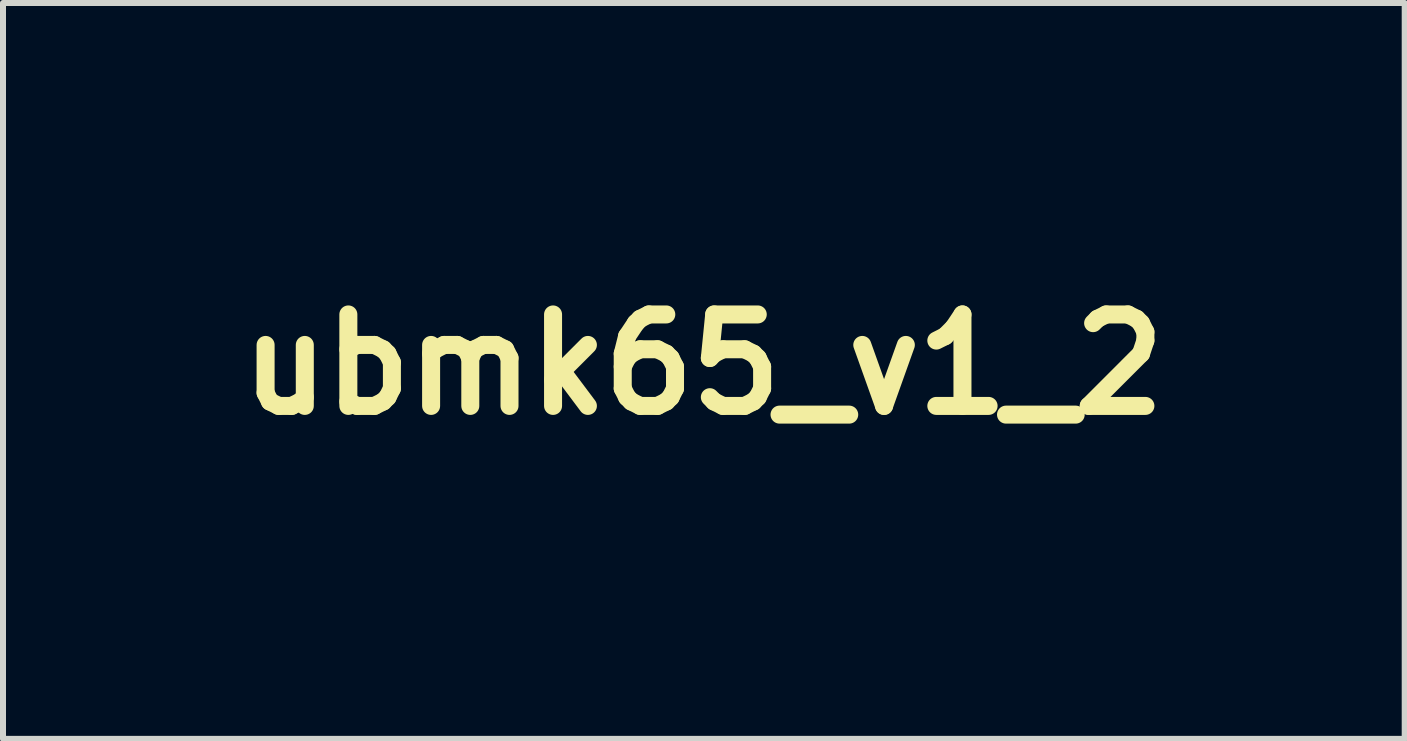
<source format=kicad_pcb>
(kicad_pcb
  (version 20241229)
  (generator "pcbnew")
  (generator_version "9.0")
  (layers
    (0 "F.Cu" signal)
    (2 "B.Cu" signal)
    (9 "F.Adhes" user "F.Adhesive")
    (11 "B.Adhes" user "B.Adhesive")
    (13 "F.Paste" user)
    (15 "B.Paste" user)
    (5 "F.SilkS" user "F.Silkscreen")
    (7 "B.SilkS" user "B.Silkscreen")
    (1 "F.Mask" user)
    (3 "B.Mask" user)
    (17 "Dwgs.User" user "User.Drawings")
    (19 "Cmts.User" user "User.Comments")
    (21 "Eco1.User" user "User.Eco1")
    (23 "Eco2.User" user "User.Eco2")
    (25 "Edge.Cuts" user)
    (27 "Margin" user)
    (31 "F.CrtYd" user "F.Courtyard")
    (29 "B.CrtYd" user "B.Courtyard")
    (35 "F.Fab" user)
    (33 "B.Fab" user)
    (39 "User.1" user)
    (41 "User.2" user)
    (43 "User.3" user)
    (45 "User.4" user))
  (footprint "ubmk65_v1_2"
    (layer "F.Cu")
    (at 8.669 3.024)
    (property "Reference" "ubmk65_v1_2" (at 0 0 0) (layer "F.SilkS") (effects (font (size 1.524 1.524) (thickness 0.3))))
    (attr through_hole)
    (fp_poly (pts (xy -7.147 1.945) (xy -6.959 1.945) (xy -6.959 2.226) (xy -7.662 2.226) (xy -7.662 1.945) (xy -7.45 1.945) (xy -7.456 1.67) (xy -7.463 1.394) (xy -7.551 1.387) (xy -7.639 1.38) (xy -7.639 1.125) (xy -7.147 1.125) (xy -7.147 1.945)) (stroke (width 0.01) (type solid)) (fill yes) (layer "F.Mask"))
    (fp_poly (pts (xy 6.042 0.109) (xy 6.089 0.144) (xy 6.115 0.197) (xy 6.113 0.256) (xy 6.091 0.294) (xy 6.04 0.324) (xy 5.975 0.322) (xy 5.918 0.291) (xy 5.884 0.231) (xy 5.896 0.168) (xy 5.929 0.128) (xy 5.986 0.1) (xy 6.042 0.109)) (stroke (width 0.01) (type solid)) (fill yes) (layer "F.Mask"))
    (fp_poly (pts (xy -0.451 1.412) (xy -0.365 1.499) (xy -0.294 1.576) (xy -0.241 1.635) (xy -0.213 1.67) (xy -0.211 1.676) (xy -0.227 1.7) (xy -0.27 1.751) (xy -0.335 1.821) (xy -0.416 1.904) (xy -0.451 1.939) (xy -0.692 2.179) (xy -1.195 1.675) (xy -0.943 1.423) (xy -0.69 1.172) (xy -0.451 1.412)) (stroke (width 0.01) (type solid)) (fill yes) (layer "F.Mask"))
    (fp_poly (pts (xy -6.575 1.94) (xy -6.52 1.989) (xy -6.494 2.056) (xy -6.5 2.127) (xy -6.542 2.192) (xy -6.552 2.201) (xy -6.627 2.243) (xy -6.694 2.24) (xy -6.761 2.192) (xy -6.761 2.192) (xy -6.809 2.125) (xy -6.812 2.058) (xy -6.77 1.983) (xy -6.77 1.983) (xy -6.705 1.931) (xy -6.653 1.921) (xy -6.575 1.94)) (stroke (width 0.01) (type solid)) (fill yes) (layer "F.Mask"))
    (fp_poly (pts (xy 6.3 -0.753) (xy 6.337 -0.74) (xy 6.426 -0.682) (xy 6.477 -0.597) (xy 6.491 -0.504) (xy 6.472 -0.396) (xy 6.415 -0.315) (xy 6.336 -0.267) (xy 6.275 -0.244) (xy 6.236 -0.238) (xy 6.195 -0.247) (xy 6.186 -0.25) (xy 6.093 -0.292) (xy 6.033 -0.351) (xy 6.009 -0.392) (xy 5.983 -0.493) (xy 5.996 -0.588) (xy 6.042 -0.669) (xy 6.112 -0.728) (xy 6.201 -0.759) (xy 6.3 -0.753)) (stroke (width 0.01) (type solid)) (fill yes) (layer "F.Mask"))
    (fp_poly (pts (xy 7.92 1.634) (xy 7.81 1.647) (xy 7.71 1.674) (xy 7.644 1.727) (xy 7.616 1.802) (xy 7.615 1.816) (xy 7.636 1.894) (xy 7.696 1.951) (xy 7.791 1.983) (xy 7.81 1.985) (xy 7.92 1.998) (xy 7.92 2.226) (xy 7.785 2.226) (xy 7.67 2.215) (xy 7.567 2.187) (xy 7.554 2.181) (xy 7.478 2.133) (xy 7.406 2.068) (xy 7.39 2.049) (xy 7.35 1.989) (xy 7.33 1.93) (xy 7.323 1.853) (xy 7.322 1.817) (xy 7.331 1.701) (xy 7.364 1.613) (xy 7.427 1.536) (xy 7.49 1.484) (xy 7.545 1.447) (xy 7.603 1.426) (xy 7.68 1.414) (xy 7.748 1.409) (xy 7.92 1.401) (xy 7.92 1.634)) (stroke (width 0.01) (type solid)) (fill yes) (layer "F.Mask"))
    (fp_poly (pts (xy -7.943 -1.246) (xy -7.871 -1.185) (xy -7.78 -1.134) (xy -7.685 -1.128) (xy -7.595 -1.166) (xy -7.576 -1.181) (xy -7.51 -1.238) (xy -7.496 -2.226) (xy -6.909 -2.226) (xy -6.917 -1.658) (xy -6.924 -1.09) (xy -6.993 -0.965) (xy -7.098 -0.822) (xy -7.234 -0.714) (xy -7.401 -0.64) (xy -7.6 -0.601) (xy -7.646 -0.598) (xy -7.763 -0.596) (xy -7.88 -0.606) (xy -7.943 -0.617) (xy -8.132 -0.681) (xy -8.287 -0.778) (xy -8.407 -0.906) (xy -8.474 -1.019) (xy -8.491 -1.059) (xy -8.505 -1.097) (xy -8.514 -1.141) (xy -8.521 -1.198) (xy -8.525 -1.275) (xy -8.528 -1.378) (xy -8.529 -1.514) (xy -8.529 -1.681) (xy -8.529 -2.226) (xy -7.943 -2.226) (xy -7.943 -1.246)) (stroke (width 0.01) (type solid)) (fill yes) (layer "F.Mask"))
    (fp_poly (pts (xy 6.553 -1.565) (xy 6.756 -1.481) (xy 6.942 -1.356) (xy 6.997 -1.307) (xy 7.117 -1.179) (xy 7.202 -1.057) (xy 7.249 -0.944) (xy 7.258 -0.845) (xy 7.227 -0.762) (xy 7.206 -0.737) (xy 7.135 -0.694) (xy 7.044 -0.679) (xy 6.956 -0.693) (xy 6.93 -0.705) (xy 6.892 -0.742) (xy 6.854 -0.799) (xy 6.851 -0.804) (xy 6.787 -0.9) (xy 6.698 -0.996) (xy 6.601 -1.076) (xy 6.556 -1.103) (xy 6.399 -1.165) (xy 6.245 -1.182) (xy 6.088 -1.158) (xy 5.968 -1.127) (xy 5.883 -1.11) (xy 5.824 -1.107) (xy 5.78 -1.119) (xy 5.742 -1.145) (xy 5.718 -1.167) (xy 5.662 -1.249) (xy 5.65 -1.333) (xy 5.679 -1.414) (xy 5.746 -1.485) (xy 5.849 -1.542) (xy 5.886 -1.555) (xy 6.113 -1.603) (xy 6.337 -1.605) (xy 6.553 -1.565)) (stroke (width 0.01) (type solid)) (fill yes) (layer "F.Mask"))
    (fp_poly (pts (xy -5.928 1.13) (xy -5.817 1.147) (xy -5.735 1.179) (xy -5.675 1.231) (xy -5.629 1.306) (xy -5.621 1.322) (xy -5.585 1.442) (xy -5.59 1.551) (xy -5.638 1.655) (xy -5.731 1.754) (xy -5.829 1.828) (xy -5.987 1.933) (xy -5.577 1.947) (xy -5.577 2.226) (xy -5.876 2.225) (xy -5.993 2.222) (xy -6.098 2.218) (xy -6.178 2.211) (xy -6.222 2.204) (xy -6.224 2.203) (xy -6.294 2.153) (xy -6.348 2.075) (xy -6.373 1.989) (xy -6.373 1.978) (xy -6.365 1.921) (xy -6.338 1.866) (xy -6.285 1.806) (xy -6.201 1.736) (xy -6.092 1.656) (xy -5.986 1.574) (xy -5.924 1.506) (xy -5.907 1.454) (xy -5.934 1.416) (xy -6.005 1.393) (xy -6.122 1.383) (xy -6.155 1.382) (xy -6.327 1.382) (xy -6.327 1.125) (xy -6.077 1.125) (xy -5.928 1.13)) (stroke (width 0.01) (type solid)) (fill yes) (layer "F.Mask"))
    (fp_poly (pts (xy 2.085 1.13) (xy 2.197 1.147) (xy 2.278 1.179) (xy 2.338 1.231) (xy 2.385 1.306) (xy 2.392 1.322) (xy 2.429 1.442) (xy 2.424 1.551) (xy 2.376 1.655) (xy 2.283 1.754) (xy 2.185 1.828) (xy 2.027 1.933) (xy 2.437 1.947) (xy 2.437 2.226) (xy 2.138 2.225) (xy 2.02 2.222) (xy 1.916 2.218) (xy 1.836 2.211) (xy 1.791 2.204) (xy 1.79 2.203) (xy 1.719 2.153) (xy 1.665 2.075) (xy 1.641 1.989) (xy 1.64 1.978) (xy 1.648 1.921) (xy 1.676 1.866) (xy 1.729 1.806) (xy 1.813 1.736) (xy 1.921 1.656) (xy 2.027 1.574) (xy 2.089 1.506) (xy 2.107 1.454) (xy 2.08 1.416) (xy 2.008 1.393) (xy 1.892 1.383) (xy 1.858 1.382) (xy 1.687 1.382) (xy 1.687 1.125) (xy 1.936 1.125) (xy 2.085 1.13)) (stroke (width 0.01) (type solid)) (fill yes) (layer "F.Mask"))
    (fp_poly (pts (xy 4.077 1.13) (xy 4.189 1.147) (xy 4.27 1.179) (xy 4.33 1.231) (xy 4.377 1.306) (xy 4.384 1.322) (xy 4.421 1.442) (xy 4.416 1.551) (xy 4.367 1.655) (xy 4.275 1.754) (xy 4.177 1.828) (xy 4.019 1.933) (xy 4.224 1.94) (xy 4.429 1.947) (xy 4.429 2.226) (xy 4.13 2.225) (xy 4.012 2.222) (xy 3.908 2.218) (xy 3.828 2.211) (xy 3.783 2.204) (xy 3.782 2.203) (xy 3.711 2.153) (xy 3.657 2.075) (xy 3.632 1.989) (xy 3.632 1.978) (xy 3.64 1.921) (xy 3.668 1.866) (xy 3.721 1.806) (xy 3.804 1.736) (xy 3.913 1.656) (xy 4.019 1.574) (xy 4.081 1.506) (xy 4.098 1.454) (xy 4.071 1.416) (xy 4 1.393) (xy 3.884 1.383) (xy 3.85 1.382) (xy 3.679 1.382) (xy 3.679 1.125) (xy 3.928 1.125) (xy 4.077 1.13)) (stroke (width 0.01) (type solid)) (fill yes) (layer "F.Mask"))
    (fp_poly (pts (xy 6.371 -2.316) (xy 6.648 -2.274) (xy 6.918 -2.19) (xy 7.175 -2.066) (xy 7.187 -2.059) (xy 7.312 -1.973) (xy 7.437 -1.868) (xy 7.558 -1.75) (xy 7.668 -1.625) (xy 7.763 -1.499) (xy 7.839 -1.378) (xy 7.889 -1.27) (xy 7.91 -1.18) (xy 7.907 -1.14) (xy 7.869 -1.066) (xy 7.804 -1.008) (xy 7.727 -0.974) (xy 7.651 -0.973) (xy 7.639 -0.977) (xy 7.589 -1.005) (xy 7.54 -1.054) (xy 7.484 -1.133) (xy 7.436 -1.211) (xy 7.296 -1.406) (xy 7.125 -1.572) (xy 6.929 -1.706) (xy 6.714 -1.805) (xy 6.487 -1.868) (xy 6.253 -1.892) (xy 6.018 -1.875) (xy 5.796 -1.817) (xy 5.666 -1.776) (xy 5.567 -1.759) (xy 5.492 -1.766) (xy 5.433 -1.799) (xy 5.403 -1.829) (xy 5.352 -1.916) (xy 5.347 -1.999) (xy 5.387 -2.076) (xy 5.472 -2.145) (xy 5.558 -2.188) (xy 5.82 -2.274) (xy 6.092 -2.316) (xy 6.371 -2.316)) (stroke (width 0.01) (type solid)) (fill yes) (layer "F.Mask"))
    (fp_poly (pts (xy 8.389 1.406) (xy 8.623 1.406) (xy 8.623 1.64) (xy 8.389 1.64) (xy 8.389 1.802) (xy 8.391 1.896) (xy 8.404 1.952) (xy 8.435 1.981) (xy 8.492 1.991) (xy 8.543 1.992) (xy 8.623 1.992) (xy 8.623 2.226) (xy 8.436 2.226) (xy 8.34 2.225) (xy 8.276 2.218) (xy 8.232 2.203) (xy 8.192 2.175) (xy 8.173 2.159) (xy 8.138 2.125) (xy 8.116 2.093) (xy 8.102 2.051) (xy 8.095 1.987) (xy 8.089 1.89) (xy 8.088 1.866) (xy 8.083 1.762) (xy 8.077 1.696) (xy 8.068 1.66) (xy 8.053 1.644) (xy 8.029 1.64) (xy 8.023 1.64) (xy 7.989 1.636) (xy 7.973 1.615) (xy 7.967 1.566) (xy 7.967 1.523) (xy 7.969 1.454) (xy 7.978 1.419) (xy 8.002 1.407) (xy 8.025 1.406) (xy 8.063 1.401) (xy 8.08 1.377) (xy 8.084 1.32) (xy 8.084 1.312) (xy 8.084 1.218) (xy 8.389 1.218) (xy 8.389 1.406)) (stroke (width 0.01) (type solid)) (fill yes) (layer "F.Mask"))
    (fp_poly (pts (xy 7.859 -0.117) (xy 8.053 -0.117) (xy 8.206 -0.115) (xy 8.324 -0.11) (xy 8.413 -0.102) (xy 8.479 -0.089) (xy 8.527 -0.069) (xy 8.563 -0.042) (xy 8.595 -0.006) (xy 8.625 0.038) (xy 8.66 0.126) (xy 8.669 0.234) (xy 8.654 0.342) (xy 8.624 0.415) (xy 8.592 0.462) (xy 8.558 0.499) (xy 8.516 0.527) (xy 8.459 0.547) (xy 8.381 0.561) (xy 8.277 0.57) (xy 8.14 0.575) (xy 7.965 0.578) (xy 7.885 0.579) (xy 7.726 0.579) (xy 7.579 0.577) (xy 7.452 0.574) (xy 7.353 0.57) (xy 7.288 0.564) (xy 7.272 0.561) (xy 7.183 0.512) (xy 7.107 0.431) (xy 7.055 0.33) (xy 7.04 0.271) (xy 7.044 0.149) (xy 7.091 0.038) (xy 7.177 -0.053) (xy 7.193 -0.064) (xy 7.219 -0.081) (xy 7.246 -0.093) (xy 7.28 -0.102) (xy 7.328 -0.109) (xy 7.396 -0.113) (xy 7.489 -0.116) (xy 7.615 -0.117) (xy 7.779 -0.117) (xy 7.859 -0.117)) (stroke (width 0.01) (type solid)) (fill yes) (layer "F.Mask"))
    (fp_poly (pts (xy -1.218 -1.637) (xy -1.154 -1.645) (xy -1.125 -1.653) (xy -1.097 -1.674) (xy -1.064 -1.715) (xy -1.021 -1.782) (xy -0.964 -1.881) (xy -0.935 -1.933) (xy -0.78 -2.214) (xy -0.449 -2.221) (xy -0.33 -2.222) (xy -0.23 -2.222) (xy -0.158 -2.219) (xy -0.12 -2.215) (xy -0.117 -2.214) (xy -0.129 -2.19) (xy -0.162 -2.134) (xy -0.212 -2.053) (xy -0.274 -1.954) (xy -0.314 -1.892) (xy -0.511 -1.583) (xy -0.449 -1.545) (xy -0.354 -1.473) (xy -0.282 -1.385) (xy -0.233 -1.273) (xy -0.202 -1.132) (xy -0.189 -0.955) (xy -0.187 -0.866) (xy -0.187 -0.633) (xy -0.769 -0.633) (xy -0.777 -0.881) (xy -0.781 -0.991) (xy -0.786 -1.065) (xy -0.796 -1.114) (xy -0.813 -1.148) (xy -0.84 -1.177) (xy -0.861 -1.197) (xy -0.913 -1.237) (xy -0.964 -1.257) (xy -1.034 -1.265) (xy -1.078 -1.265) (xy -1.218 -1.265) (xy -1.218 -0.633) (xy -1.804 -0.633) (xy -1.804 -2.859) (xy -1.218 -2.859) (xy -1.218 -1.637)) (stroke (width 0.01) (type solid)) (fill yes) (layer "F.Mask"))
    (fp_poly (pts (xy 3.398 -2.226) (xy 2.601 -2.226) (xy 2.601 -2.022) (xy 2.809 -2.009) (xy 2.986 -1.987) (xy 3.128 -1.946) (xy 3.247 -1.881) (xy 3.352 -1.787) (xy 3.363 -1.775) (xy 3.461 -1.635) (xy 3.517 -1.481) (xy 3.534 -1.322) (xy 3.513 -1.164) (xy 3.456 -1.014) (xy 3.364 -0.878) (xy 3.239 -0.764) (xy 3.118 -0.694) (xy 3.08 -0.678) (xy 3.039 -0.665) (xy 2.988 -0.656) (xy 2.922 -0.649) (xy 2.832 -0.645) (xy 2.712 -0.641) (xy 2.555 -0.638) (xy 2.466 -0.637) (xy 1.921 -0.63) (xy 1.921 -1.172) (xy 2.352 -1.172) (xy 2.505 -1.172) (xy 2.619 -1.173) (xy 2.7 -1.177) (xy 2.756 -1.183) (xy 2.795 -1.192) (xy 2.823 -1.205) (xy 2.844 -1.22) (xy 2.896 -1.285) (xy 2.906 -1.336) (xy 2.883 -1.41) (xy 2.844 -1.451) (xy 2.818 -1.469) (xy 2.787 -1.482) (xy 2.744 -1.491) (xy 2.681 -1.496) (xy 2.59 -1.499) (xy 2.463 -1.5) (xy 2.387 -1.5) (xy 1.992 -1.5) (xy 1.992 -2.765) (xy 3.398 -2.765) (xy 3.398 -2.226)) (stroke (width 0.01) (type solid)) (fill yes) (layer "F.Mask"))
    (fp_poly (pts (xy 6.778 1.118) (xy 6.917 1.163) (xy 7.033 1.234) (xy 7.069 1.268) (xy 7.146 1.383) (xy 7.196 1.522) (xy 7.216 1.671) (xy 7.205 1.814) (xy 7.181 1.893) (xy 7.114 2.004) (xy 7.016 2.107) (xy 6.906 2.182) (xy 6.818 2.213) (xy 6.705 2.233) (xy 6.586 2.241) (xy 6.483 2.235) (xy 6.455 2.229) (xy 6.327 2.176) (xy 6.209 2.093) (xy 6.114 1.989) (xy 6.053 1.876) (xy 6.045 1.853) (xy 6.023 1.699) (xy 6.026 1.669) (xy 6.368 1.669) (xy 6.381 1.768) (xy 6.425 1.858) (xy 6.466 1.904) (xy 6.556 1.958) (xy 6.65 1.966) (xy 6.743 1.928) (xy 6.77 1.908) (xy 6.837 1.826) (xy 6.871 1.728) (xy 6.873 1.625) (xy 6.847 1.528) (xy 6.794 1.445) (xy 6.716 1.387) (xy 6.653 1.368) (xy 6.56 1.373) (xy 6.481 1.415) (xy 6.421 1.484) (xy 6.382 1.572) (xy 6.368 1.669) (xy 6.026 1.669) (xy 6.038 1.543) (xy 6.085 1.398) (xy 6.163 1.276) (xy 6.17 1.268) (xy 6.221 1.226) (xy 6.295 1.179) (xy 6.338 1.157) (xy 6.476 1.113) (xy 6.627 1.101) (xy 6.778 1.118)) (stroke (width 0.01) (type solid)) (fill yes) (layer "F.Mask"))
    (fp_poly (pts (xy 6.542 -3.009) (xy 6.714 -2.987) (xy 6.748 -2.981) (xy 7.066 -2.892) (xy 7.371 -2.763) (xy 7.658 -2.596) (xy 7.92 -2.397) (xy 8.151 -2.168) (xy 8.244 -2.055) (xy 8.325 -1.943) (xy 8.4 -1.825) (xy 8.465 -1.71) (xy 8.516 -1.606) (xy 8.546 -1.524) (xy 8.553 -1.484) (xy 8.532 -1.398) (xy 8.479 -1.329) (xy 8.404 -1.285) (xy 8.319 -1.274) (xy 8.249 -1.294) (xy 8.213 -1.327) (xy 8.162 -1.393) (xy 8.105 -1.479) (xy 8.074 -1.533) (xy 7.901 -1.79) (xy 7.694 -2.018) (xy 7.457 -2.212) (xy 7.191 -2.372) (xy 6.902 -2.494) (xy 6.683 -2.557) (xy 6.581 -2.578) (xy 6.49 -2.592) (xy 6.396 -2.598) (xy 6.283 -2.599) (xy 6.156 -2.594) (xy 5.952 -2.581) (xy 5.779 -2.555) (xy 5.622 -2.515) (xy 5.464 -2.457) (xy 5.425 -2.44) (xy 5.332 -2.404) (xy 5.262 -2.392) (xy 5.199 -2.405) (xy 5.156 -2.424) (xy 5.092 -2.482) (xy 5.057 -2.562) (xy 5.055 -2.651) (xy 5.09 -2.734) (xy 5.094 -2.74) (xy 5.137 -2.773) (xy 5.215 -2.815) (xy 5.318 -2.86) (xy 5.436 -2.905) (xy 5.558 -2.944) (xy 5.59 -2.953) (xy 5.746 -2.985) (xy 5.933 -3.007) (xy 6.137 -3.018) (xy 6.345 -3.019) (xy 6.542 -3.009)) (stroke (width 0.01) (type solid)) (fill yes) (layer "F.Mask"))
    (fp_poly (pts (xy -7.815 1.407) (xy -7.757 1.409) (xy -7.733 1.412) (xy -7.732 1.413) (xy -7.74 1.44) (xy -7.76 1.503) (xy -7.789 1.591) (xy -7.824 1.695) (xy -7.863 1.807) (xy -7.901 1.916) (xy -7.936 2.015) (xy -7.964 2.092) (xy -7.983 2.14) (xy -7.987 2.149) (xy -8.032 2.194) (xy -8.105 2.229) (xy -8.186 2.248) (xy -8.21 2.249) (xy -8.268 2.237) (xy -8.321 2.214) (xy -8.372 2.176) (xy -8.4 2.139) (xy -8.413 2.104) (xy -8.436 2.037) (xy -8.468 1.946) (xy -8.504 1.841) (xy -8.541 1.73) (xy -8.577 1.624) (xy -8.608 1.53) (xy -8.632 1.458) (xy -8.645 1.418) (xy -8.646 1.413) (xy -8.625 1.409) (xy -8.568 1.407) (xy -8.489 1.406) (xy -8.484 1.406) (xy -8.395 1.408) (xy -8.343 1.415) (xy -8.318 1.431) (xy -8.31 1.447) (xy -8.3 1.487) (xy -8.283 1.56) (xy -8.262 1.655) (xy -8.247 1.718) (xy -8.225 1.813) (xy -8.205 1.886) (xy -8.191 1.93) (xy -8.185 1.937) (xy -8.176 1.91) (xy -8.159 1.849) (xy -8.139 1.764) (xy -8.129 1.718) (xy -8.108 1.619) (xy -8.089 1.532) (xy -8.075 1.472) (xy -8.072 1.459) (xy -8.062 1.431) (xy -8.039 1.415) (xy -7.994 1.408) (xy -7.914 1.406) (xy -7.896 1.406) (xy -7.815 1.407)) (stroke (width 0.01) (type solid)) (fill yes) (layer "F.Mask"))
    (fp_poly (pts (xy 3.199 1.12) (xy 3.316 1.17) (xy 3.41 1.251) (xy 3.425 1.271) (xy 3.447 1.305) (xy 3.462 1.341) (xy 3.472 1.388) (xy 3.477 1.455) (xy 3.479 1.552) (xy 3.48 1.665) (xy 3.479 1.794) (xy 3.477 1.885) (xy 3.472 1.947) (xy 3.462 1.991) (xy 3.446 2.025) (xy 3.422 2.06) (xy 3.416 2.066) (xy 3.354 2.131) (xy 3.279 2.184) (xy 3.264 2.192) (xy 3.165 2.224) (xy 3.048 2.241) (xy 2.936 2.239) (xy 2.875 2.227) (xy 2.774 2.177) (xy 2.682 2.1) (xy 2.618 2.012) (xy 2.616 2.007) (xy 2.597 1.952) (xy 2.585 1.875) (xy 2.579 1.769) (xy 2.578 1.67) (xy 2.882 1.67) (xy 2.884 1.766) (xy 2.891 1.828) (xy 2.906 1.869) (xy 2.933 1.904) (xy 2.94 1.911) (xy 2.989 1.95) (xy 3.032 1.968) (xy 3.034 1.968) (xy 3.075 1.953) (xy 3.125 1.915) (xy 3.129 1.911) (xy 3.159 1.876) (xy 3.176 1.837) (xy 3.184 1.78) (xy 3.187 1.692) (xy 3.187 1.67) (xy 3.181 1.545) (xy 3.163 1.46) (xy 3.128 1.409) (xy 3.074 1.386) (xy 3.034 1.382) (xy 2.968 1.393) (xy 2.923 1.428) (xy 2.896 1.493) (xy 2.884 1.595) (xy 2.882 1.67) (xy 2.578 1.67) (xy 2.578 1.66) (xy 2.579 1.539) (xy 2.584 1.454) (xy 2.593 1.392) (xy 2.61 1.343) (xy 2.631 1.302) (xy 2.709 1.209) (xy 2.815 1.144) (xy 2.939 1.107) (xy 3.07 1.099) (xy 3.199 1.12)) (stroke (width 0.01) (type solid)) (fill yes) (layer "F.Mask"))
    (fp_poly (pts (xy 5.167 1.12) (xy 5.284 1.17) (xy 5.378 1.251) (xy 5.393 1.271) (xy 5.415 1.305) (xy 5.431 1.341) (xy 5.44 1.388) (xy 5.445 1.455) (xy 5.447 1.552) (xy 5.448 1.665) (xy 5.447 1.794) (xy 5.445 1.885) (xy 5.44 1.947) (xy 5.43 1.991) (xy 5.414 2.025) (xy 5.39 2.06) (xy 5.385 2.066) (xy 5.322 2.131) (xy 5.247 2.184) (xy 5.232 2.192) (xy 5.133 2.224) (xy 5.016 2.241) (xy 4.904 2.239) (xy 4.843 2.227) (xy 4.742 2.177) (xy 4.651 2.1) (xy 4.587 2.012) (xy 4.584 2.007) (xy 4.565 1.952) (xy 4.553 1.875) (xy 4.547 1.769) (xy 4.546 1.67) (xy 4.85 1.67) (xy 4.852 1.766) (xy 4.859 1.828) (xy 4.874 1.869) (xy 4.901 1.904) (xy 4.908 1.911) (xy 4.957 1.95) (xy 5 1.968) (xy 5.003 1.968) (xy 5.044 1.953) (xy 5.093 1.915) (xy 5.097 1.911) (xy 5.127 1.876) (xy 5.144 1.837) (xy 5.153 1.78) (xy 5.155 1.692) (xy 5.155 1.67) (xy 5.15 1.545) (xy 5.131 1.46) (xy 5.096 1.409) (xy 5.042 1.386) (xy 5.003 1.382) (xy 4.936 1.393) (xy 4.891 1.428) (xy 4.864 1.493) (xy 4.852 1.595) (xy 4.85 1.67) (xy 4.546 1.67) (xy 4.546 1.66) (xy 4.547 1.539) (xy 4.552 1.454) (xy 4.562 1.392) (xy 4.578 1.343) (xy 4.599 1.302) (xy 4.677 1.209) (xy 4.783 1.144) (xy 4.907 1.107) (xy 5.038 1.099) (xy 5.167 1.12)) (stroke (width 0.01) (type solid)) (fill yes) (layer "F.Mask"))
    (fp_poly (pts (xy 1.242 -2.447) (xy 1.171 -2.339) (xy 1.11 -2.244) (xy 1.064 -2.17) (xy 1.037 -2.123) (xy 1.031 -2.11) (xy 1.052 -2.096) (xy 1.105 -2.083) (xy 1.136 -2.077) (xy 1.301 -2.032) (xy 1.45 -1.944) (xy 1.578 -1.819) (xy 1.669 -1.681) (xy 1.695 -1.624) (xy 1.711 -1.563) (xy 1.72 -1.485) (xy 1.722 -1.377) (xy 1.722 -1.359) (xy 1.72 -1.245) (xy 1.713 -1.165) (xy 1.698 -1.103) (xy 1.674 -1.046) (xy 1.668 -1.036) (xy 1.557 -0.874) (xy 1.416 -0.748) (xy 1.319 -0.691) (xy 1.255 -0.661) (xy 1.196 -0.64) (xy 1.131 -0.628) (xy 1.047 -0.621) (xy 0.93 -0.617) (xy 0.914 -0.616) (xy 0.752 -0.616) (xy 0.628 -0.625) (xy 0.551 -0.641) (xy 0.374 -0.72) (xy 0.232 -0.831) (xy 0.125 -0.972) (xy 0.057 -1.139) (xy 0.029 -1.314) (xy 0.028 -1.368) (xy 0.644 -1.368) (xy 0.663 -1.266) (xy 0.716 -1.195) (xy 0.803 -1.156) (xy 0.879 -1.148) (xy 0.971 -1.16) (xy 1.043 -1.202) (xy 1.047 -1.205) (xy 1.091 -1.252) (xy 1.11 -1.306) (xy 1.113 -1.368) (xy 1.095 -1.475) (xy 1.042 -1.552) (xy 0.958 -1.594) (xy 0.876 -1.603) (xy 0.769 -1.583) (xy 0.694 -1.529) (xy 0.652 -1.443) (xy 0.644 -1.368) (xy 0.028 -1.368) (xy 0.027 -1.425) (xy 0.037 -1.531) (xy 0.062 -1.639) (xy 0.103 -1.754) (xy 0.164 -1.883) (xy 0.246 -2.03) (xy 0.353 -2.201) (xy 0.486 -2.403) (xy 0.496 -2.419) (xy 0.73 -2.765) (xy 1.452 -2.765) (xy 1.242 -2.447)) (stroke (width 0.01) (type solid)) (fill yes) (layer "F.Mask"))
    (fp_poly (pts (xy -6.069 -2.484) (xy -6.068 -2.357) (xy -6.066 -2.249) (xy -6.063 -2.167) (xy -6.059 -2.118) (xy -6.057 -2.109) (xy -6.032 -2.121) (xy -5.982 -2.151) (xy -5.947 -2.173) (xy -5.895 -2.205) (xy -5.847 -2.224) (xy -5.788 -2.234) (xy -5.704 -2.237) (xy -5.637 -2.237) (xy -5.527 -2.235) (xy -5.449 -2.227) (xy -5.386 -2.211) (xy -5.322 -2.183) (xy -5.306 -2.175) (xy -5.169 -2.08) (xy -5.048 -1.953) (xy -4.959 -1.808) (xy -4.959 -1.807) (xy -4.936 -1.748) (xy -4.921 -1.685) (xy -4.912 -1.605) (xy -4.909 -1.497) (xy -4.909 -1.441) (xy -4.91 -1.323) (xy -4.915 -1.239) (xy -4.925 -1.175) (xy -4.944 -1.118) (xy -4.972 -1.054) (xy -4.975 -1.05) (xy -5.065 -0.911) (xy -5.187 -0.787) (xy -5.328 -0.692) (xy -5.404 -0.657) (xy -5.553 -0.617) (xy -5.721 -0.598) (xy -5.888 -0.6) (xy -5.999 -0.617) (xy -6.192 -0.683) (xy -6.353 -0.783) (xy -6.482 -0.916) (xy -6.575 -1.078) (xy -6.631 -1.263) (xy -6.637 -1.318) (xy -6.641 -1.398) (xy -6.042 -1.398) (xy -6.015 -1.289) (xy -6.004 -1.265) (xy -5.956 -1.202) (xy -5.885 -1.145) (xy -5.81 -1.109) (xy -5.769 -1.101) (xy -5.729 -1.11) (xy -5.669 -1.131) (xy -5.66 -1.134) (xy -5.579 -1.191) (xy -5.525 -1.276) (xy -5.499 -1.377) (xy -5.503 -1.482) (xy -5.539 -1.579) (xy -5.584 -1.636) (xy -5.676 -1.697) (xy -5.768 -1.717) (xy -5.857 -1.702) (xy -5.935 -1.657) (xy -5.996 -1.588) (xy -6.034 -1.5) (xy -6.042 -1.398) (xy -6.641 -1.398) (xy -6.642 -1.413) (xy -6.647 -1.54) (xy -6.651 -1.694) (xy -6.653 -1.867) (xy -6.654 -2.051) (xy -6.655 -2.124) (xy -6.655 -2.859) (xy -6.069 -2.859) (xy -6.069 -2.484)) (stroke (width 0.01) (type solid)) (fill yes) (layer "F.Mask"))
    (fp_poly (pts (xy -2.718 -2.236) (xy -2.633 -2.231) (xy -2.567 -2.219) (xy -2.507 -2.198) (xy -2.46 -2.177) (xy -2.306 -2.081) (xy -2.187 -1.954) (xy -2.127 -1.852) (xy -2.11 -1.816) (xy -2.097 -1.778) (xy -2.087 -1.732) (xy -2.08 -1.671) (xy -2.075 -1.589) (xy -2.071 -1.479) (xy -2.068 -1.334) (xy -2.066 -1.189) (xy -2.057 -0.633) (xy -2.641 -0.633) (xy -2.656 -0.791) (xy -2.662 -0.875) (xy -2.666 -0.991) (xy -2.67 -1.126) (xy -2.671 -1.263) (xy -2.671 -1.281) (xy -2.671 -1.613) (xy -2.743 -1.673) (xy -2.804 -1.713) (xy -2.861 -1.733) (xy -2.87 -1.734) (xy -2.924 -1.719) (xy -2.985 -1.683) (xy -2.997 -1.673) (xy -3.07 -1.613) (xy -3.07 -0.633) (xy -3.653 -0.633) (xy -3.66 -1.113) (xy -3.662 -1.274) (xy -3.665 -1.395) (xy -3.669 -1.483) (xy -3.674 -1.544) (xy -3.682 -1.585) (xy -3.694 -1.613) (xy -3.71 -1.635) (xy -3.726 -1.651) (xy -3.81 -1.711) (xy -3.895 -1.725) (xy -3.979 -1.693) (xy -4.003 -1.675) (xy -4.077 -1.613) (xy -4.077 -0.633) (xy -4.663 -0.633) (xy -4.663 -1.189) (xy -4.662 -1.366) (xy -4.661 -1.502) (xy -4.659 -1.605) (xy -4.655 -1.682) (xy -4.649 -1.738) (xy -4.639 -1.782) (xy -4.626 -1.82) (xy -4.609 -1.859) (xy -4.607 -1.863) (xy -4.514 -2.008) (xy -4.386 -2.122) (xy -4.276 -2.184) (xy -4.213 -2.209) (xy -4.149 -2.226) (xy -4.071 -2.234) (xy -3.965 -2.237) (xy -3.912 -2.238) (xy -3.798 -2.237) (xy -3.716 -2.232) (xy -3.652 -2.22) (xy -3.593 -2.2) (xy -3.524 -2.168) (xy -3.52 -2.166) (xy -3.374 -2.093) (xy -3.229 -2.166) (xy -3.159 -2.198) (xy -3.099 -2.219) (xy -3.037 -2.231) (xy -2.956 -2.237) (xy -2.844 -2.238) (xy -2.836 -2.238) (xy -2.718 -2.236)) (stroke (width 0.01) (type solid)) (fill yes) (layer "F.Mask"))
    (fp_poly (pts (xy -1.865 -0.117) (xy -1.209 -0.117) (xy -0.598 -0.117) (xy -0.03 -0.117) (xy 0.496 -0.117) (xy 0.981 -0.117) (xy 1.428 -0.116) (xy 1.837 -0.116) (xy 2.211 -0.116) (xy 2.551 -0.115) (xy 2.859 -0.115) (xy 3.137 -0.114) (xy 3.386 -0.113) (xy 3.607 -0.112) (xy 3.803 -0.111) (xy 3.974 -0.11) (xy 4.124 -0.108) (xy 4.252 -0.107) (xy 4.362 -0.105) (xy 4.454 -0.103) (xy 4.53 -0.101) (xy 4.592 -0.098) (xy 4.641 -0.095) (xy 4.679 -0.092) (xy 4.708 -0.089) (xy 4.73 -0.086) (xy 4.745 -0.082) (xy 4.756 -0.078) (xy 4.764 -0.074) (xy 4.765 -0.073) (xy 4.857 0.011) (xy 4.908 0.117) (xy 4.92 0.223) (xy 4.901 0.352) (xy 4.844 0.457) (xy 4.752 0.532) (xy 4.743 0.536) (xy 4.73 0.54) (xy 4.712 0.544) (xy 4.688 0.547) (xy 4.656 0.55) (xy 4.613 0.553) (xy 4.559 0.556) (xy 4.492 0.558) (xy 4.41 0.561) (xy 4.311 0.563) (xy 4.194 0.564) (xy 4.058 0.566) (xy 3.9 0.568) (xy 3.719 0.569) (xy 3.513 0.57) (xy 3.282 0.571) (xy 3.022 0.572) (xy 2.732 0.573) (xy 2.411 0.574) (xy 2.058 0.574) (xy 1.67 0.575) (xy 1.246 0.576) (xy 0.784 0.576) (xy 0.282 0.576) (xy -0.26 0.577) (xy -0.845 0.577) (xy -1.475 0.578) (xy -1.839 0.578) (xy -2.465 0.578) (xy -3.068 0.578) (xy -3.646 0.578) (xy -4.198 0.578) (xy -4.722 0.578) (xy -5.218 0.577) (xy -5.683 0.577) (xy -6.117 0.576) (xy -6.518 0.575) (xy -6.885 0.574) (xy -7.216 0.573) (xy -7.51 0.571) (xy -7.766 0.57) (xy -7.982 0.568) (xy -8.157 0.567) (xy -8.29 0.565) (xy -8.379 0.563) (xy -8.423 0.561) (xy -8.427 0.56) (xy -8.515 0.513) (xy -8.591 0.432) (xy -8.644 0.332) (xy -8.659 0.271) (xy -8.655 0.149) (xy -8.608 0.038) (xy -8.522 -0.053) (xy -8.506 -0.064) (xy -8.428 -0.117) (xy -1.865 -0.117)) (stroke (width 0.01) (type solid)) (fill yes) (layer "F.Mask"))
    (fp_poly (pts (xy 1.484 2.765) (xy 2.153 2.765) (xy 2.779 2.765) (xy 3.364 2.765) (xy 3.91 2.765) (xy 4.416 2.765) (xy 4.886 2.766) (xy 5.32 2.766) (xy 5.72 2.766) (xy 6.087 2.767) (xy 6.422 2.768) (xy 6.727 2.768) (xy 7.004 2.769) (xy 7.253 2.77) (xy 7.476 2.771) (xy 7.675 2.772) (xy 7.85 2.774) (xy 8.004 2.775) (xy 8.138 2.776) (xy 8.252 2.778) (xy 8.349 2.78) (xy 8.43 2.782) (xy 8.496 2.784) (xy 8.549 2.787) (xy 8.59 2.789) (xy 8.62 2.792) (xy 8.641 2.795) (xy 8.654 2.798) (xy 8.661 2.801) (xy 8.662 2.802) (xy 8.677 2.849) (xy 8.682 2.925) (xy 8.678 3.014) (xy 8.666 3.101) (xy 8.648 3.17) (xy 8.627 3.204) (xy 8.571 3.231) (xy 8.516 3.216) (xy 8.482 3.187) (xy 8.447 3.128) (xy 8.435 3.07) (xy 8.435 2.999) (xy -0.07 2.999) (xy -0.82 2.999) (xy -1.525 2.999) (xy -2.186 2.999) (xy -2.804 2.999) (xy -3.381 2.999) (xy -3.918 2.999) (xy -4.417 2.999) (xy -4.879 2.999) (xy -5.305 2.998) (xy -5.698 2.998) (xy -6.058 2.997) (xy -6.386 2.997) (xy -6.686 2.996) (xy -6.956 2.996) (xy -7.2 2.995) (xy -7.419 2.994) (xy -7.613 2.993) (xy -7.785 2.992) (xy -7.936 2.99) (xy -8.067 2.989) (xy -8.179 2.987) (xy -8.275 2.985) (xy -8.356 2.983) (xy -8.422 2.981) (xy -8.476 2.979) (xy -8.518 2.976) (xy -8.551 2.973) (xy -8.575 2.97) (xy -8.593 2.967) (xy -8.605 2.964) (xy -8.613 2.96) (xy -8.619 2.956) (xy -8.623 2.952) (xy -8.664 2.895) (xy -8.661 2.84) (xy -8.64 2.805) (xy -8.636 2.801) (xy -8.627 2.798) (xy -8.611 2.795) (xy -8.589 2.792) (xy -8.557 2.789) (xy -8.515 2.787) (xy -8.461 2.784) (xy -8.394 2.782) (xy -8.313 2.78) (xy -8.215 2.778) (xy -8.101 2.777) (xy -7.967 2.775) (xy -7.814 2.774) (xy -7.639 2.772) (xy -7.441 2.771) (xy -7.218 2.77) (xy -6.97 2.769) (xy -6.695 2.769) (xy -6.391 2.768) (xy -6.057 2.767) (xy -5.692 2.767) (xy -5.294 2.766) (xy -4.861 2.766) (xy -4.393 2.766) (xy -3.889 2.765) (xy -3.345 2.765) (xy -2.762 2.765) (xy -2.138 2.765) (xy -1.471 2.765) (xy -0.76 2.765) (xy -0.004 2.765) (xy 0.012 2.765) (xy 0.77 2.765) (xy 1.484 2.765)) (stroke (width 0.01) (type solid)) (fill yes) (layer "F.Mask")))
  (gr_rect
    (start -3 -3)
    (end 20.356 9.261)
    (stroke (width 0.1) (type default))
    (fill no)
    (layer "Edge.Cuts")))
</source>
